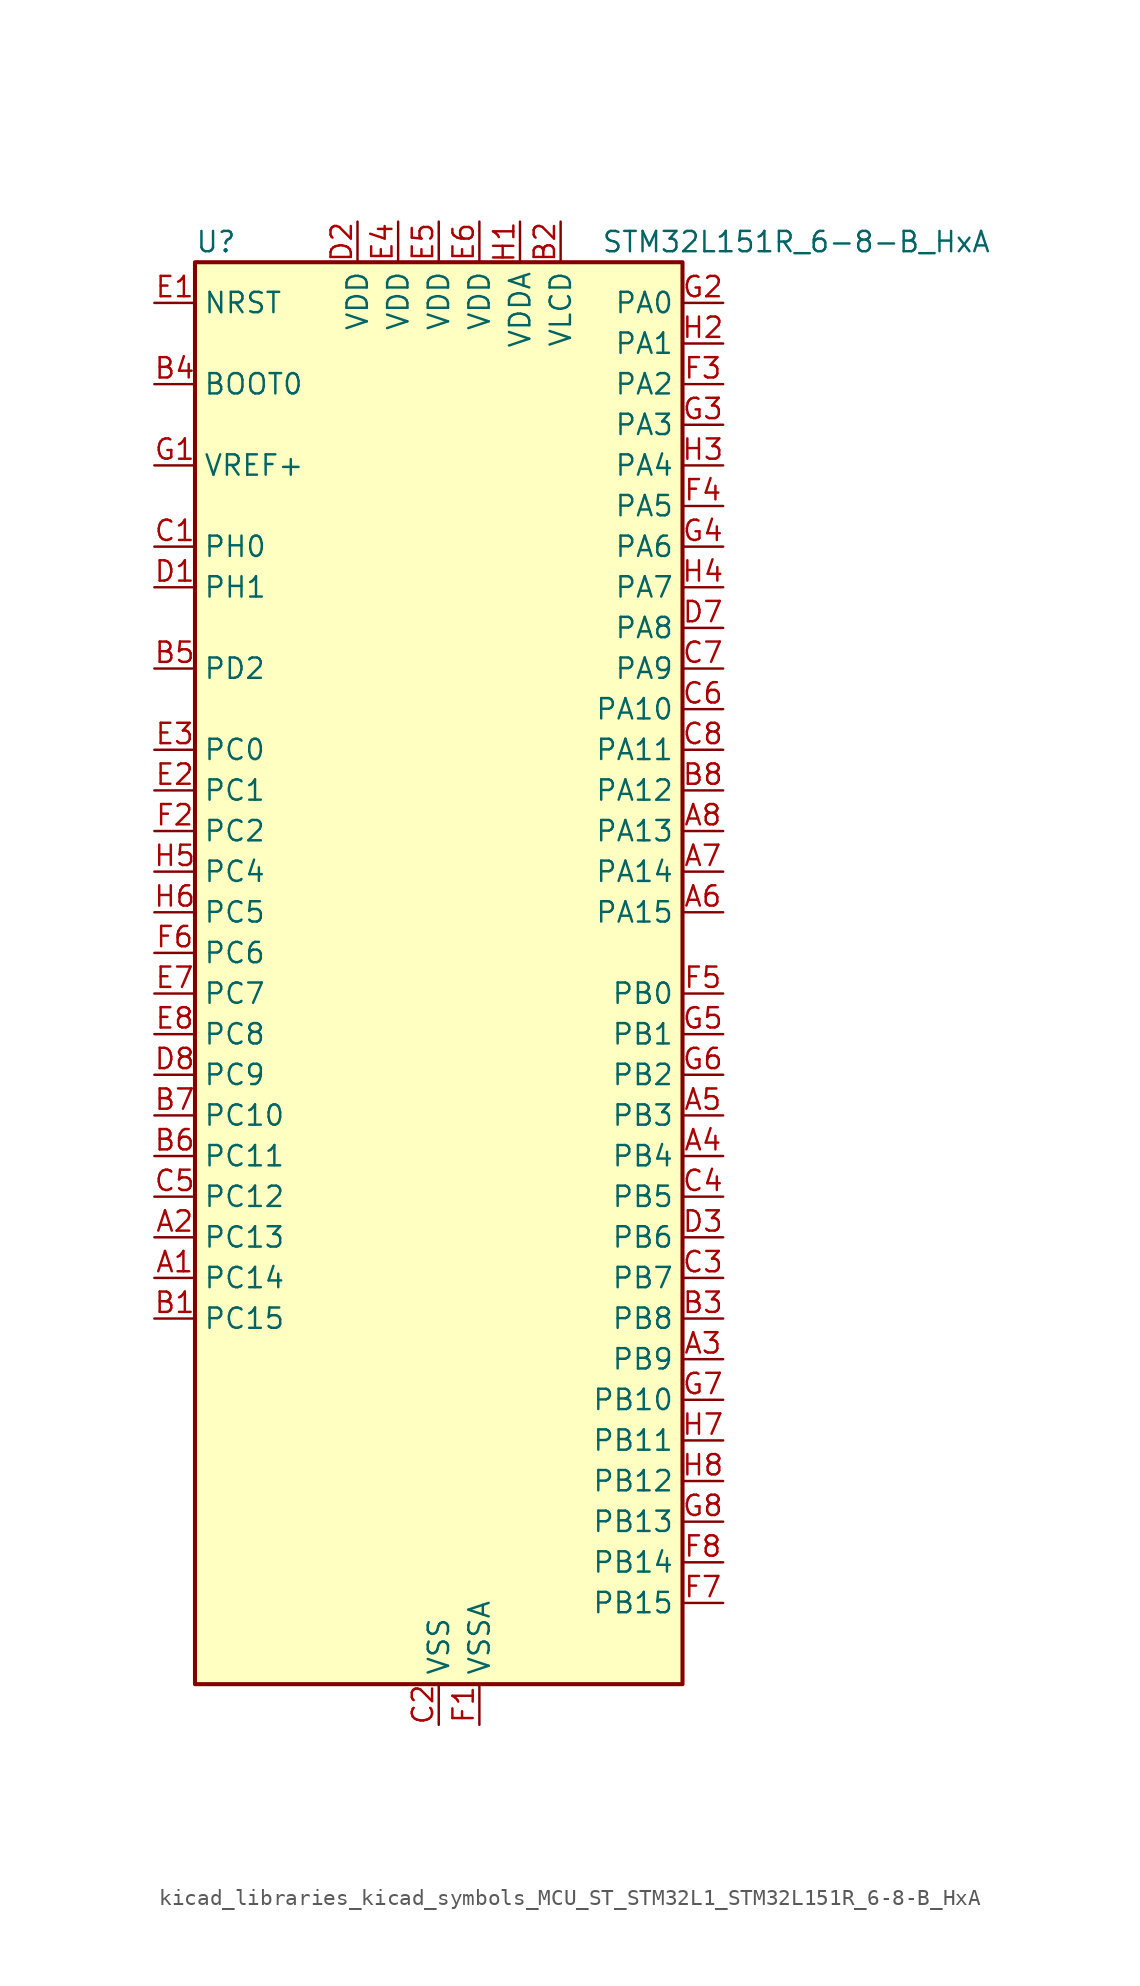
<source format=kicad_sym>
(kicad_symbol_lib
  (version 20220914)
  (generator kicad_symbol_editor)
  (symbol "kicad_libraries_kicad_symbols_MCU_ST_STM32L1_STM32L151R_6-8-B_HxA"
    (property "Reference" "U"
      (at -15.24 46.99 0)
      (effects (font (size 1.27 1.27)) (justify left)))
    (property "Value" "STM32L151R_6-8-B_HxA"
      (at 10.16 46.99 0)
      (effects (font (size 1.27 1.27)) (justify left)))
    (property "ki_locked" ""
      (at 0 0 0)
      (effects (font (size 1.27 1.27))))
    (symbol "kicad_libraries_kicad_symbols_MCU_ST_STM32L1_STM32L151R_6-8-B_HxA_0_1"
      (rectangle (start -15.24 -43.18) (end 15.24 45.72) (stroke (width 0.254) (type default)) (fill (type background))))
    (symbol "kicad_libraries_kicad_symbols_MCU_ST_STM32L1_STM32L151R_6-8-B_HxA_1_1"
      (pin bidirectional line (at -17.78 -17.78 0) (length 2.54) (name "PC14" (effects (font (size 1.27 1.27)))) (number "A1" (effects (font (size 1.27 1.27)))) (alternate "RCC_OSC32_IN" bidirectional line) (alternate "TIMX_IC3" bidirectional line))
      (pin bidirectional line (at -17.78 -15.24 0) (length 2.54) (name "PC13" (effects (font (size 1.27 1.27)))) (number "A2" (effects (font (size 1.27 1.27)))) (alternate "RTC_OUT_ALARM" bidirectional line) (alternate "RTC_OUT_CALIB" bidirectional line) (alternate "RTC_TAMP1" bidirectional line) (alternate "RTC_TS" bidirectional line) (alternate "SYS_WKUP2" bidirectional line) (alternate "TIMX_IC2" bidirectional line))
      (pin bidirectional line (at 17.78 -22.86 180) (length 2.54) (name "PB9" (effects (font (size 1.27 1.27)))) (number "A3" (effects (font (size 1.27 1.27)))) (alternate "DAC_EXTI9" bidirectional line) (alternate "I2C1_SDA" bidirectional line) (alternate "TIM11_CH1" bidirectional line) (alternate "TIM4_CH4" bidirectional line))
      (pin bidirectional line (at 17.78 -10.16 180) (length 2.54) (name "PB4" (effects (font (size 1.27 1.27)))) (number "A4" (effects (font (size 1.27 1.27)))) (alternate "COMP2_INP" bidirectional line) (alternate "SPI1_MISO" bidirectional line) (alternate "SYS_JTRST" bidirectional line) (alternate "TIM3_CH1" bidirectional line) (alternate "TS_G6_IO1" bidirectional line))
      (pin bidirectional line (at 17.78 -7.62 180) (length 2.54) (name "PB3" (effects (font (size 1.27 1.27)))) (number "A5" (effects (font (size 1.27 1.27)))) (alternate "COMP2_INM" bidirectional line) (alternate "SPI1_SCK" bidirectional line) (alternate "SYS_JTDO-TRACESWO" bidirectional line) (alternate "TIM2_CH2" bidirectional line))
      (pin bidirectional line (at 17.78 5.08 180) (length 2.54) (name "PA15" (effects (font (size 1.27 1.27)))) (number "A6" (effects (font (size 1.27 1.27)))) (alternate "ADC_EXTI15" bidirectional line) (alternate "SPI1_NSS" bidirectional line) (alternate "SYS_JTDI" bidirectional line) (alternate "TIM2_CH1" bidirectional line) (alternate "TIM2_ETR" bidirectional line) (alternate "TIMX_IC4" bidirectional line) (alternate "TS_G5_IO3" bidirectional line))
      (pin bidirectional line (at 17.78 7.62 180) (length 2.54) (name "PA14" (effects (font (size 1.27 1.27)))) (number "A7" (effects (font (size 1.27 1.27)))) (alternate "SYS_JTCK-SWCLK" bidirectional line) (alternate "TIMX_IC3" bidirectional line) (alternate "TS_G5_IO2" bidirectional line))
      (pin bidirectional line (at 17.78 10.16 180) (length 2.54) (name "PA13" (effects (font (size 1.27 1.27)))) (number "A8" (effects (font (size 1.27 1.27)))) (alternate "SYS_JTMS-SWDIO" bidirectional line) (alternate "TIMX_IC2" bidirectional line) (alternate "TS_G5_IO1" bidirectional line))
      (pin bidirectional line (at -17.78 -20.32 0) (length 2.54) (name "PC15" (effects (font (size 1.27 1.27)))) (number "B1" (effects (font (size 1.27 1.27)))) (alternate "ADC_EXTI15" bidirectional line) (alternate "RCC_OSC32_OUT" bidirectional line) (alternate "TIMX_IC4" bidirectional line))
      (pin power_in line (at 7.62 48.26 270) (length 2.54) (name "VLCD" (effects (font (size 1.27 1.27)))) (number "B2" (effects (font (size 1.27 1.27)))))
      (pin bidirectional line (at 17.78 -20.32 180) (length 2.54) (name "PB8" (effects (font (size 1.27 1.27)))) (number "B3" (effects (font (size 1.27 1.27)))) (alternate "I2C1_SCL" bidirectional line) (alternate "TIM10_CH1" bidirectional line) (alternate "TIM4_CH3" bidirectional line))
      (pin input line (at -17.78 38.1 0) (length 2.54) (name "BOOT0" (effects (font (size 1.27 1.27)))) (number "B4" (effects (font (size 1.27 1.27)))))
      (pin bidirectional line (at -17.78 20.32 0) (length 2.54) (name "PD2" (effects (font (size 1.27 1.27)))) (number "B5" (effects (font (size 1.27 1.27)))) (alternate "TIM3_ETR" bidirectional line) (alternate "TIMX_IC3" bidirectional line))
      (pin bidirectional line (at -17.78 -10.16 0) (length 2.54) (name "PC11" (effects (font (size 1.27 1.27)))) (number "B6" (effects (font (size 1.27 1.27)))) (alternate "ADC_EXTI11" bidirectional line) (alternate "TIMX_IC4" bidirectional line) (alternate "USART3_RX" bidirectional line))
      (pin bidirectional line (at -17.78 -7.62 0) (length 2.54) (name "PC10" (effects (font (size 1.27 1.27)))) (number "B7" (effects (font (size 1.27 1.27)))) (alternate "TIMX_IC3" bidirectional line) (alternate "USART3_TX" bidirectional line))
      (pin bidirectional line (at 17.78 12.7 180) (length 2.54) (name "PA12" (effects (font (size 1.27 1.27)))) (number "B8" (effects (font (size 1.27 1.27)))) (alternate "SPI1_MOSI" bidirectional line) (alternate "TIMX_IC1" bidirectional line) (alternate "USART1_RTS" bidirectional line) (alternate "USB_DP" bidirectional line))
      (pin bidirectional line (at -17.78 27.94 0) (length 2.54) (name "PH0" (effects (font (size 1.27 1.27)))) (number "C1" (effects (font (size 1.27 1.27)))) (alternate "RCC_OSC_IN" bidirectional line))
      (pin power_in line (at 0 -45.72 90) (length 2.54) (name "VSS" (effects (font (size 1.27 1.27)))) (number "C2" (effects (font (size 1.27 1.27)))))
      (pin bidirectional line (at 17.78 -17.78 180) (length 2.54) (name "PB7" (effects (font (size 1.27 1.27)))) (number "C3" (effects (font (size 1.27 1.27)))) (alternate "I2C1_SDA" bidirectional line) (alternate "SYS_PVD_IN" bidirectional line) (alternate "TIM4_CH2" bidirectional line) (alternate "TS_G6_IO4" bidirectional line) (alternate "USART1_RX" bidirectional line))
      (pin bidirectional line (at 17.78 -12.7 180) (length 2.54) (name "PB5" (effects (font (size 1.27 1.27)))) (number "C4" (effects (font (size 1.27 1.27)))) (alternate "COMP2_INP" bidirectional line) (alternate "I2C1_SMBA" bidirectional line) (alternate "SPI1_MOSI" bidirectional line) (alternate "TIM3_CH2" bidirectional line) (alternate "TS_G6_IO2" bidirectional line))
      (pin bidirectional line (at -17.78 -12.7 0) (length 2.54) (name "PC12" (effects (font (size 1.27 1.27)))) (number "C5" (effects (font (size 1.27 1.27)))) (alternate "TIMX_IC1" bidirectional line) (alternate "USART3_CK" bidirectional line))
      (pin bidirectional line (at 17.78 17.78 180) (length 2.54) (name "PA10" (effects (font (size 1.27 1.27)))) (number "C6" (effects (font (size 1.27 1.27)))) (alternate "TIMX_IC3" bidirectional line) (alternate "TS_G4_IO3" bidirectional line) (alternate "USART1_RX" bidirectional line))
      (pin bidirectional line (at 17.78 20.32 180) (length 2.54) (name "PA9" (effects (font (size 1.27 1.27)))) (number "C7" (effects (font (size 1.27 1.27)))) (alternate "DAC_EXTI9" bidirectional line) (alternate "TIMX_IC2" bidirectional line) (alternate "TS_G4_IO2" bidirectional line) (alternate "USART1_TX" bidirectional line))
      (pin bidirectional line (at 17.78 15.24 180) (length 2.54) (name "PA11" (effects (font (size 1.27 1.27)))) (number "C8" (effects (font (size 1.27 1.27)))) (alternate "ADC_EXTI11" bidirectional line) (alternate "SPI1_MISO" bidirectional line) (alternate "TIMX_IC4" bidirectional line) (alternate "USART1_CTS" bidirectional line) (alternate "USB_DM" bidirectional line))
      (pin bidirectional line (at -17.78 25.4 0) (length 2.54) (name "PH1" (effects (font (size 1.27 1.27)))) (number "D1" (effects (font (size 1.27 1.27)))) (alternate "RCC_OSC_OUT" bidirectional line))
      (pin power_in line (at -5.08 48.26 270) (length 2.54) (name "VDD" (effects (font (size 1.27 1.27)))) (number "D2" (effects (font (size 1.27 1.27)))))
      (pin bidirectional line (at 17.78 -15.24 180) (length 2.54) (name "PB6" (effects (font (size 1.27 1.27)))) (number "D3" (effects (font (size 1.27 1.27)))) (alternate "I2C1_SCL" bidirectional line) (alternate "TIM4_CH1" bidirectional line) (alternate "TS_G6_IO3" bidirectional line) (alternate "USART1_TX" bidirectional line))
      (pin passive line (at 0 -45.72 90) (length 2.54) hide (name "VSS" (effects (font (size 1.27 1.27)))) (number "D4" (effects (font (size 1.27 1.27)))))
      (pin passive line (at 0 -45.72 90) (length 2.54) hide (name "VSS" (effects (font (size 1.27 1.27)))) (number "D5" (effects (font (size 1.27 1.27)))))
      (pin passive line (at 0 -45.72 90) (length 2.54) hide (name "VSS" (effects (font (size 1.27 1.27)))) (number "D6" (effects (font (size 1.27 1.27)))))
      (pin bidirectional line (at 17.78 22.86 180) (length 2.54) (name "PA8" (effects (font (size 1.27 1.27)))) (number "D7" (effects (font (size 1.27 1.27)))) (alternate "RCC_MCO" bidirectional line) (alternate "TIMX_IC1" bidirectional line) (alternate "TS_G4_IO1" bidirectional line) (alternate "USART1_CK" bidirectional line))
      (pin bidirectional line (at -17.78 -5.08 0) (length 2.54) (name "PC9" (effects (font (size 1.27 1.27)))) (number "D8" (effects (font (size 1.27 1.27)))) (alternate "DAC_EXTI9" bidirectional line) (alternate "TIM3_CH4" bidirectional line) (alternate "TIMX_IC2" bidirectional line) (alternate "TS_G10_IO4" bidirectional line))
      (pin input line (at -17.78 43.18 0) (length 2.54) (name "NRST" (effects (font (size 1.27 1.27)))) (number "E1" (effects (font (size 1.27 1.27)))))
      (pin bidirectional line (at -17.78 12.7 0) (length 2.54) (name "PC1" (effects (font (size 1.27 1.27)))) (number "E2" (effects (font (size 1.27 1.27)))) (alternate "ADC_IN11" bidirectional line) (alternate "COMP1_INP" bidirectional line) (alternate "TIMX_IC2" bidirectional line) (alternate "TS_G8_IO2" bidirectional line))
      (pin bidirectional line (at -17.78 15.24 0) (length 2.54) (name "PC0" (effects (font (size 1.27 1.27)))) (number "E3" (effects (font (size 1.27 1.27)))) (alternate "ADC_IN10" bidirectional line) (alternate "COMP1_INP" bidirectional line) (alternate "TIMX_IC1" bidirectional line) (alternate "TS_G8_IO1" bidirectional line))
      (pin power_in line (at -2.54 48.26 270) (length 2.54) (name "VDD" (effects (font (size 1.27 1.27)))) (number "E4" (effects (font (size 1.27 1.27)))))
      (pin power_in line (at 0 48.26 270) (length 2.54) (name "VDD" (effects (font (size 1.27 1.27)))) (number "E5" (effects (font (size 1.27 1.27)))))
      (pin power_in line (at 2.54 48.26 270) (length 2.54) (name "VDD" (effects (font (size 1.27 1.27)))) (number "E6" (effects (font (size 1.27 1.27)))))
      (pin bidirectional line (at -17.78 0 0) (length 2.54) (name "PC7" (effects (font (size 1.27 1.27)))) (number "E7" (effects (font (size 1.27 1.27)))) (alternate "TIM3_CH2" bidirectional line) (alternate "TIMX_IC4" bidirectional line) (alternate "TS_G10_IO2" bidirectional line))
      (pin bidirectional line (at -17.78 -2.54 0) (length 2.54) (name "PC8" (effects (font (size 1.27 1.27)))) (number "E8" (effects (font (size 1.27 1.27)))) (alternate "TIM3_CH3" bidirectional line) (alternate "TIMX_IC1" bidirectional line) (alternate "TS_G10_IO3" bidirectional line))
      (pin power_in line (at 2.54 -45.72 90) (length 2.54) (name "VSSA" (effects (font (size 1.27 1.27)))) (number "F1" (effects (font (size 1.27 1.27)))))
      (pin bidirectional line (at -17.78 10.16 0) (length 2.54) (name "PC2" (effects (font (size 1.27 1.27)))) (number "F2" (effects (font (size 1.27 1.27)))) (alternate "ADC_IN12" bidirectional line) (alternate "COMP1_INP" bidirectional line) (alternate "TIMX_IC3" bidirectional line) (alternate "TS_G8_IO3" bidirectional line))
      (pin bidirectional line (at 17.78 38.1 180) (length 2.54) (name "PA2" (effects (font (size 1.27 1.27)))) (number "F3" (effects (font (size 1.27 1.27)))) (alternate "ADC_IN2" bidirectional line) (alternate "COMP1_INP" bidirectional line) (alternate "TIM2_CH3" bidirectional line) (alternate "TIM9_CH1" bidirectional line) (alternate "TIMX_IC3" bidirectional line) (alternate "TS_G1_IO3" bidirectional line) (alternate "USART2_TX" bidirectional line))
      (pin bidirectional line (at 17.78 30.48 180) (length 2.54) (name "PA5" (effects (font (size 1.27 1.27)))) (number "F4" (effects (font (size 1.27 1.27)))) (alternate "ADC_IN5" bidirectional line) (alternate "COMP1_INP" bidirectional line) (alternate "DAC_OUT2" bidirectional line) (alternate "SPI1_SCK" bidirectional line) (alternate "TIM2_CH1" bidirectional line) (alternate "TIM2_ETR" bidirectional line) (alternate "TIMX_IC2" bidirectional line))
      (pin bidirectional line (at 17.78 0 180) (length 2.54) (name "PB0" (effects (font (size 1.27 1.27)))) (number "F5" (effects (font (size 1.27 1.27)))) (alternate "ADC_IN8" bidirectional line) (alternate "COMP1_INP" bidirectional line) (alternate "SYS_V_REF_OUT" bidirectional line) (alternate "TIM3_CH3" bidirectional line) (alternate "TS_G3_IO1" bidirectional line))
      (pin bidirectional line (at -17.78 2.54 0) (length 2.54) (name "PC6" (effects (font (size 1.27 1.27)))) (number "F6" (effects (font (size 1.27 1.27)))) (alternate "TIM3_CH1" bidirectional line) (alternate "TIMX_IC3" bidirectional line) (alternate "TS_G10_IO1" bidirectional line))
      (pin bidirectional line (at 17.78 -38.1 180) (length 2.54) (name "PB15" (effects (font (size 1.27 1.27)))) (number "F7" (effects (font (size 1.27 1.27)))) (alternate "ADC_EXTI15" bidirectional line) (alternate "ADC_IN21" bidirectional line) (alternate "COMP1_INP" bidirectional line) (alternate "RTC_REFIN" bidirectional line) (alternate "SPI2_MOSI" bidirectional line) (alternate "TIM11_CH1" bidirectional line) (alternate "TS_G7_IO4" bidirectional line))
      (pin bidirectional line (at 17.78 -35.56 180) (length 2.54) (name "PB14" (effects (font (size 1.27 1.27)))) (number "F8" (effects (font (size 1.27 1.27)))) (alternate "ADC_IN20" bidirectional line) (alternate "COMP1_INP" bidirectional line) (alternate "SPI2_MISO" bidirectional line) (alternate "TIM9_CH2" bidirectional line) (alternate "TS_G7_IO3" bidirectional line) (alternate "USART3_RTS" bidirectional line))
      (pin input line (at -17.78 33.02 0) (length 2.54) (name "VREF+" (effects (font (size 1.27 1.27)))) (number "G1" (effects (font (size 1.27 1.27)))))
      (pin bidirectional line (at 17.78 43.18 180) (length 2.54) (name "PA0" (effects (font (size 1.27 1.27)))) (number "G2" (effects (font (size 1.27 1.27)))) (alternate "ADC_IN0" bidirectional line) (alternate "COMP1_INP" bidirectional line) (alternate "RTC_TAMP2" bidirectional line) (alternate "SYS_WKUP1" bidirectional line) (alternate "TIM2_CH1" bidirectional line) (alternate "TIM2_ETR" bidirectional line) (alternate "TIMX_IC1" bidirectional line) (alternate "TS_G1_IO1" bidirectional line) (alternate "USART2_CTS" bidirectional line))
      (pin bidirectional line (at 17.78 35.56 180) (length 2.54) (name "PA3" (effects (font (size 1.27 1.27)))) (number "G3" (effects (font (size 1.27 1.27)))) (alternate "ADC_IN3" bidirectional line) (alternate "COMP1_INP" bidirectional line) (alternate "TIM2_CH4" bidirectional line) (alternate "TIM9_CH2" bidirectional line) (alternate "TIMX_IC4" bidirectional line) (alternate "TS_G1_IO4" bidirectional line) (alternate "USART2_RX" bidirectional line))
      (pin bidirectional line (at 17.78 27.94 180) (length 2.54) (name "PA6" (effects (font (size 1.27 1.27)))) (number "G4" (effects (font (size 1.27 1.27)))) (alternate "ADC_IN6" bidirectional line) (alternate "COMP1_INP" bidirectional line) (alternate "SPI1_MISO" bidirectional line) (alternate "TIM10_CH1" bidirectional line) (alternate "TIM3_CH1" bidirectional line) (alternate "TIMX_IC3" bidirectional line) (alternate "TS_G2_IO1" bidirectional line))
      (pin bidirectional line (at 17.78 -2.54 180) (length 2.54) (name "PB1" (effects (font (size 1.27 1.27)))) (number "G5" (effects (font (size 1.27 1.27)))) (alternate "ADC_IN9" bidirectional line) (alternate "COMP1_INP" bidirectional line) (alternate "SYS_V_REF_OUT" bidirectional line) (alternate "TIM3_CH4" bidirectional line) (alternate "TS_G3_IO2" bidirectional line))
      (pin bidirectional line (at 17.78 -5.08 180) (length 2.54) (name "PB2" (effects (font (size 1.27 1.27)))) (number "G6" (effects (font (size 1.27 1.27)))) (alternate "TS_G3_IO3" bidirectional line))
      (pin bidirectional line (at 17.78 -25.4 180) (length 2.54) (name "PB10" (effects (font (size 1.27 1.27)))) (number "G7" (effects (font (size 1.27 1.27)))) (alternate "I2C2_SCL" bidirectional line) (alternate "TIM2_CH3" bidirectional line) (alternate "USART3_TX" bidirectional line))
      (pin bidirectional line (at 17.78 -33.02 180) (length 2.54) (name "PB13" (effects (font (size 1.27 1.27)))) (number "G8" (effects (font (size 1.27 1.27)))) (alternate "ADC_IN19" bidirectional line) (alternate "COMP1_INP" bidirectional line) (alternate "SPI2_SCK" bidirectional line) (alternate "TIM9_CH1" bidirectional line) (alternate "TS_G7_IO2" bidirectional line) (alternate "USART3_CTS" bidirectional line))
      (pin power_in line (at 5.08 48.26 270) (length 2.54) (name "VDDA" (effects (font (size 1.27 1.27)))) (number "H1" (effects (font (size 1.27 1.27)))))
      (pin bidirectional line (at 17.78 40.64 180) (length 2.54) (name "PA1" (effects (font (size 1.27 1.27)))) (number "H2" (effects (font (size 1.27 1.27)))) (alternate "ADC_IN1" bidirectional line) (alternate "COMP1_INP" bidirectional line) (alternate "TIM2_CH2" bidirectional line) (alternate "TIMX_IC2" bidirectional line) (alternate "TS_G1_IO2" bidirectional line) (alternate "USART2_RTS" bidirectional line))
      (pin bidirectional line (at 17.78 33.02 180) (length 2.54) (name "PA4" (effects (font (size 1.27 1.27)))) (number "H3" (effects (font (size 1.27 1.27)))) (alternate "ADC_IN4" bidirectional line) (alternate "COMP1_INP" bidirectional line) (alternate "DAC_OUT1" bidirectional line) (alternate "SPI1_NSS" bidirectional line) (alternate "TIMX_IC1" bidirectional line) (alternate "USART2_CK" bidirectional line))
      (pin bidirectional line (at 17.78 25.4 180) (length 2.54) (name "PA7" (effects (font (size 1.27 1.27)))) (number "H4" (effects (font (size 1.27 1.27)))) (alternate "ADC_IN7" bidirectional line) (alternate "COMP1_INP" bidirectional line) (alternate "SPI1_MOSI" bidirectional line) (alternate "TIM11_CH1" bidirectional line) (alternate "TIM3_CH2" bidirectional line) (alternate "TIMX_IC4" bidirectional line) (alternate "TS_G2_IO2" bidirectional line))
      (pin bidirectional line (at -17.78 7.62 0) (length 2.54) (name "PC4" (effects (font (size 1.27 1.27)))) (number "H5" (effects (font (size 1.27 1.27)))) (alternate "ADC_IN14" bidirectional line) (alternate "COMP1_INP" bidirectional line) (alternate "TIMX_IC1" bidirectional line) (alternate "TS_G9_IO1" bidirectional line))
      (pin bidirectional line (at -17.78 5.08 0) (length 2.54) (name "PC5" (effects (font (size 1.27 1.27)))) (number "H6" (effects (font (size 1.27 1.27)))) (alternate "ADC_IN15" bidirectional line) (alternate "COMP1_INP" bidirectional line) (alternate "TIMX_IC2" bidirectional line) (alternate "TS_G9_IO2" bidirectional line))
      (pin bidirectional line (at 17.78 -27.94 180) (length 2.54) (name "PB11" (effects (font (size 1.27 1.27)))) (number "H7" (effects (font (size 1.27 1.27)))) (alternate "ADC_EXTI11" bidirectional line) (alternate "I2C2_SDA" bidirectional line) (alternate "TIM2_CH4" bidirectional line) (alternate "USART3_RX" bidirectional line))
      (pin bidirectional line (at 17.78 -30.48 180) (length 2.54) (name "PB12" (effects (font (size 1.27 1.27)))) (number "H8" (effects (font (size 1.27 1.27)))) (alternate "ADC_IN18" bidirectional line) (alternate "COMP1_INP" bidirectional line) (alternate "I2C2_SMBA" bidirectional line) (alternate "SPI2_NSS" bidirectional line) (alternate "TIM10_CH1" bidirectional line) (alternate "TS_G7_IO1" bidirectional line) (alternate "USART3_CK" bidirectional line)))))
</source>
